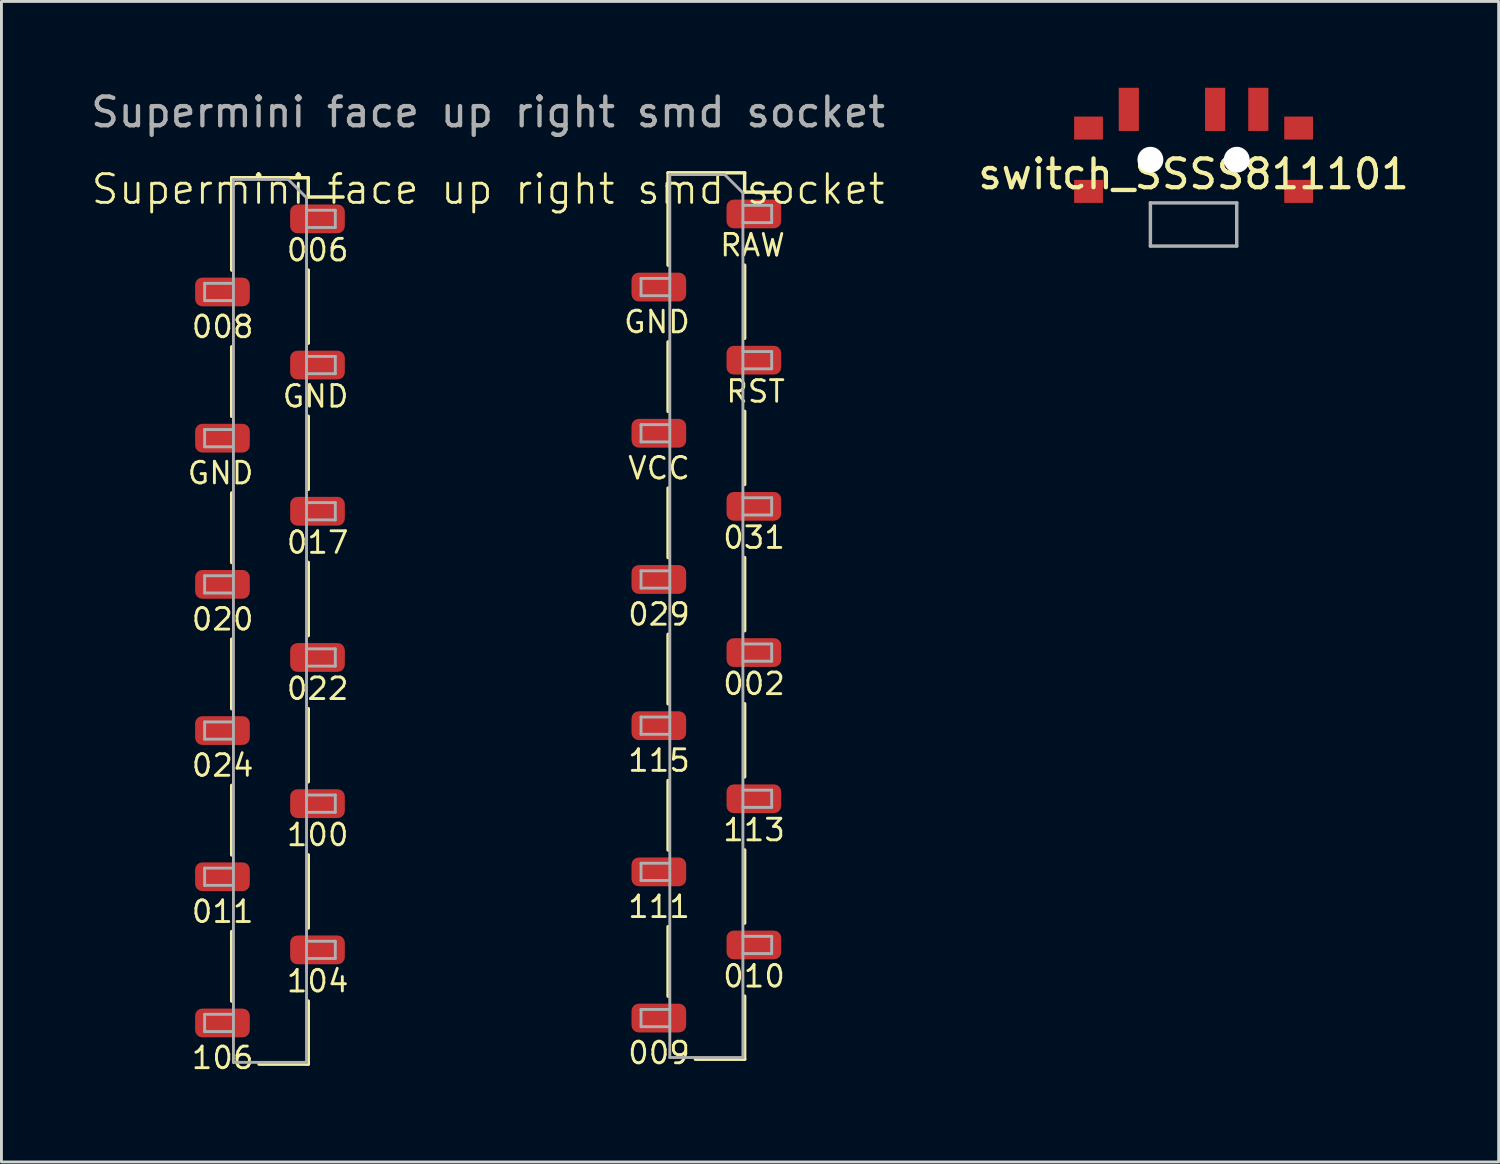
<source format=kicad_pcb>
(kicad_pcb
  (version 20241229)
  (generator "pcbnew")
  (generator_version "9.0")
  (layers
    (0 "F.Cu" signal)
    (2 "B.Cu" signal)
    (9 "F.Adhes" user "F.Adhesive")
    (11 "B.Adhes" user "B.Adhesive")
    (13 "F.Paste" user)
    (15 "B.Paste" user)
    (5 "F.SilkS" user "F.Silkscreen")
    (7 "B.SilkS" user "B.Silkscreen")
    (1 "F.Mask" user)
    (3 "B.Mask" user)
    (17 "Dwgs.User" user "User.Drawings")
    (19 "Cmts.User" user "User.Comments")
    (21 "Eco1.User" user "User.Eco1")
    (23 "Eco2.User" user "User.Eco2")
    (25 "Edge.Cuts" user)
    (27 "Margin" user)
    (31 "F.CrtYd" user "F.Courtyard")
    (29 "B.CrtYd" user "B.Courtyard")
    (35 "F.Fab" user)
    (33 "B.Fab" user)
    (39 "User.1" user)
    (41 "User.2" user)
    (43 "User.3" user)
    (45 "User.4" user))
  (footprint "switch_SSSS811101"
    (layer "F.Cu")
    (at 38.423 2.5)
    (property "Reference" "switch_SSSS811101" (at 0 0.5 0) (layer "F.SilkS") (effects (font (size 1 1) (thickness 0.15))))
    (attr through_hole)
    (fp_line (start -1.5 1.5) (end -1.5 3) (stroke (width 0.12) (type solid)) (layer "F.Fab"))
    (fp_line (start -1.5 3) (end 1.5 3) (stroke (width 0.12) (type solid)) (layer "F.Fab"))
    (fp_line (start 1.5 1.5) (end -1.5 1.5) (stroke (width 0.12) (type solid)) (layer "F.Fab"))
    (fp_line (start 1.5 3) (end 1.5 1.5) (stroke (width 0.12) (type solid)) (layer "F.Fab"))
    (pad "" np_thru_hole circle (at -1.5 0) (size 0.9 0.9) (drill 0.9) (layers "*.Cu" "*.Mask"))
    (pad "" np_thru_hole circle (at 1.5 0) (size 0.9 0.9) (drill 0.9) (layers "*.Cu" "*.Mask"))
    (pad "1" smd rect (at -2.25 -1.75) (size 0.7 1.5) (layers "F.Cu" "F.Mask" "F.Paste"))
    (pad "2" smd rect (at 0.75 -1.75) (size 0.7 1.5) (layers "F.Cu" "F.Mask" "F.Paste"))
    (pad "3" smd rect (at 2.25 -1.75) (size 0.7 1.5) (layers "F.Cu" "F.Mask" "F.Paste"))
    (pad "4" smd rect (at -3.65 1.1) (size 1 0.8) (layers "F.Cu" "F.Mask" "F.Paste"))
    (pad "5" smd rect (at -3.65 -1.1) (size 1 0.8) (layers "F.Cu" "F.Mask" "F.Paste"))
    (pad "6" smd rect (at 3.65 -1.1) (size 1 0.8) (layers "F.Cu" "F.Mask" "F.Paste"))
    (pad "7" smd rect (at 3.65 1.1) (size 1 0.8) (layers "F.Cu" "F.Mask" "F.Paste")))
  (footprint "Supermini face up right smd socket"
    (layer "F.Cu")
    (at 13.911 18.525)
    (property "Reference" "Supermini face up right smd socket" (at 0 -15 0) (unlocked yes) (layer "F.SilkS") (effects (font (size 1 1) (thickness 0.1))))
    (attr smd)
    (fp_line (start -8.91 -15.4) (end -8.91 -12.19) (stroke (width 0.12) (type solid)) (layer "F.SilkS"))
    (fp_line (start -8.91 -9.525) (end -8.91 -7.11) (stroke (width 0.12) (type solid)) (layer "F.SilkS"))
    (fp_line (start -8.91 -4.445) (end -8.91 -2.03) (stroke (width 0.12) (type solid)) (layer "F.SilkS"))
    (fp_line (start -8.91 0.635) (end -8.91 3.05) (stroke (width 0.12) (type solid)) (layer "F.SilkS"))
    (fp_line (start -8.91 5.715) (end -8.91 8.13) (stroke (width 0.12) (type solid)) (layer "F.SilkS"))
    (fp_line (start -8.91 10.795) (end -8.91 13.21) (stroke (width 0.12) (type solid)) (layer "F.SilkS"))
    (fp_line (start -6.25 -15.4) (end -8.91 -15.4) (stroke (width 0.12) (type solid)) (layer "F.SilkS"))
    (fp_line (start -6.25 -15.4) (end -6.25 -14.73) (stroke (width 0.12) (type solid)) (layer "F.SilkS"))
    (fp_line (start -6.25 -12.192) (end -6.25 -9.65) (stroke (width 0.12) (type solid)) (layer "F.SilkS"))
    (fp_line (start -6.25 -7.112) (end -6.25 -4.57) (stroke (width 0.12) (type solid)) (layer "F.SilkS"))
    (fp_line (start -6.25 -2.032) (end -6.25 0.51) (stroke (width 0.12) (type solid)) (layer "F.SilkS"))
    (fp_line (start -6.25 3.048) (end -6.25 5.59) (stroke (width 0.12) (type solid)) (layer "F.SilkS"))
    (fp_line (start -6.25 8.128) (end -6.25 10.67) (stroke (width 0.12) (type solid)) (layer "F.SilkS"))
    (fp_line (start -6.25 13.208) (end -6.25 15.4) (stroke (width 0.12) (type solid)) (layer "F.SilkS"))
    (fp_line (start -6.25 15.4) (end -7.961 15.4) (stroke (width 0.12) (type solid)) (layer "F.SilkS"))
    (fp_line (start -5.04 -14.73) (end -6.25 -14.73) (stroke (width 0.12) (type solid)) (layer "F.SilkS"))
    (fp_line (start 6.253 -15.57) (end 6.253 -12.36) (stroke (width 0.12) (type solid)) (layer "F.SilkS"))
    (fp_line (start 6.253 -9.695) (end 6.253 -7.28) (stroke (width 0.12) (type solid)) (layer "F.SilkS"))
    (fp_line (start 6.253 -4.615) (end 6.253 -2.2) (stroke (width 0.12) (type solid)) (layer "F.SilkS"))
    (fp_line (start 6.253 0.465) (end 6.253 2.88) (stroke (width 0.12) (type solid)) (layer "F.SilkS"))
    (fp_line (start 6.253 5.545) (end 6.253 7.96) (stroke (width 0.12) (type solid)) (layer "F.SilkS"))
    (fp_line (start 6.253 10.625) (end 6.253 13.04) (stroke (width 0.12) (type solid)) (layer "F.SilkS"))
    (fp_line (start 8.913 -15.57) (end 6.253 -15.57) (stroke (width 0.12) (type solid)) (layer "F.SilkS"))
    (fp_line (start 8.913 -15.57) (end 8.913 -14.9) (stroke (width 0.12) (type solid)) (layer "F.SilkS"))
    (fp_line (start 8.913 -12.362) (end 8.913 -9.82) (stroke (width 0.12) (type solid)) (layer "F.SilkS"))
    (fp_line (start 8.913 -7.282) (end 8.913 -4.74) (stroke (width 0.12) (type solid)) (layer "F.SilkS"))
    (fp_line (start 8.913 -2.202) (end 8.913 0.34) (stroke (width 0.12) (type solid)) (layer "F.SilkS"))
    (fp_line (start 8.913 2.878) (end 8.913 5.42) (stroke (width 0.12) (type solid)) (layer "F.SilkS"))
    (fp_line (start 8.913 7.958) (end 8.913 10.5) (stroke (width 0.12) (type solid)) (layer "F.SilkS"))
    (fp_line (start 8.913 13.038) (end 8.913 15.23) (stroke (width 0.12) (type solid)) (layer "F.SilkS"))
    (fp_line (start 8.913 15.23) (end 7.202 15.23) (stroke (width 0.12) (type solid)) (layer "F.SilkS"))
    (fp_line (start 10.123 -14.9) (end 8.913 -14.9) (stroke (width 0.12) (type solid)) (layer "F.SilkS"))
    (fp_line (start -9.85 -11.73) (end -9.85 -11.13) (stroke (width 0.1) (type solid)) (layer "F.Fab"))
    (fp_line (start -9.85 -11.13) (end -8.85 -11.13) (stroke (width 0.1) (type solid)) (layer "F.Fab"))
    (fp_line (start -9.85 -6.65) (end -9.85 -6.05) (stroke (width 0.1) (type solid)) (layer "F.Fab"))
    (fp_line (start -9.85 -6.05) (end -8.85 -6.05) (stroke (width 0.1) (type solid)) (layer "F.Fab"))
    (fp_line (start -9.85 -1.57) (end -9.85 -0.97) (stroke (width 0.1) (type solid)) (layer "F.Fab"))
    (fp_line (start -9.85 -0.97) (end -8.85 -0.97) (stroke (width 0.1) (type solid)) (layer "F.Fab"))
    (fp_line (start -9.85 3.51) (end -9.85 4.11) (stroke (width 0.1) (type solid)) (layer "F.Fab"))
    (fp_line (start -9.85 4.11) (end -8.85 4.11) (stroke (width 0.1) (type solid)) (layer "F.Fab"))
    (fp_line (start -9.85 8.59) (end -9.85 9.19) (stroke (width 0.1) (type solid)) (layer "F.Fab"))
    (fp_line (start -9.85 9.19) (end -8.85 9.19) (stroke (width 0.1) (type solid)) (layer "F.Fab"))
    (fp_line (start -9.85 13.67) (end -9.85 14.27) (stroke (width 0.1) (type solid)) (layer "F.Fab"))
    (fp_line (start -9.85 14.27) (end -8.85 14.27) (stroke (width 0.1) (type solid)) (layer "F.Fab"))
    (fp_line (start -8.85 -15.34) (end -8.85 15.34) (stroke (width 0.1) (type solid)) (layer "F.Fab"))
    (fp_line (start -8.85 -11.73) (end -9.85 -11.73) (stroke (width 0.1) (type solid)) (layer "F.Fab"))
    (fp_line (start -8.85 -6.65) (end -9.85 -6.65) (stroke (width 0.1) (type solid)) (layer "F.Fab"))
    (fp_line (start -8.85 -1.57) (end -9.85 -1.57) (stroke (width 0.1) (type solid)) (layer "F.Fab"))
    (fp_line (start -8.85 3.51) (end -9.85 3.51) (stroke (width 0.1) (type solid)) (layer "F.Fab"))
    (fp_line (start -8.85 8.59) (end -9.85 8.59) (stroke (width 0.1) (type solid)) (layer "F.Fab"))
    (fp_line (start -8.85 13.67) (end -9.85 13.67) (stroke (width 0.1) (type solid)) (layer "F.Fab"))
    (fp_line (start -8.85 15.34) (end -6.31 15.34) (stroke (width 0.1) (type solid)) (layer "F.Fab"))
    (fp_line (start -6.945 -15.34) (end -8.85 -15.34) (stroke (width 0.1) (type solid)) (layer "F.Fab"))
    (fp_line (start -6.31 -14.705) (end -6.945 -15.34) (stroke (width 0.1) (type solid)) (layer "F.Fab"))
    (fp_line (start -6.31 -13.67) (end -5.31 -13.67) (stroke (width 0.1) (type solid)) (layer "F.Fab"))
    (fp_line (start -6.31 -8.59) (end -5.31 -8.59) (stroke (width 0.1) (type solid)) (layer "F.Fab"))
    (fp_line (start -6.31 -3.51) (end -5.31 -3.51) (stroke (width 0.1) (type solid)) (layer "F.Fab"))
    (fp_line (start -6.31 1.57) (end -5.31 1.57) (stroke (width 0.1) (type solid)) (layer "F.Fab"))
    (fp_line (start -6.31 6.65) (end -5.31 6.65) (stroke (width 0.1) (type solid)) (layer "F.Fab"))
    (fp_line (start -6.31 11.73) (end -5.31 11.73) (stroke (width 0.1) (type solid)) (layer "F.Fab"))
    (fp_line (start -6.31 15.34) (end -6.31 -14.705) (stroke (width 0.1) (type solid)) (layer "F.Fab"))
    (fp_line (start -5.31 -14.27) (end -6.31 -14.27) (stroke (width 0.1) (type solid)) (layer "F.Fab"))
    (fp_line (start -5.31 -13.67) (end -5.31 -14.27) (stroke (width 0.1) (type solid)) (layer "F.Fab"))
    (fp_line (start -5.31 -9.19) (end -6.31 -9.19) (stroke (width 0.1) (type solid)) (layer "F.Fab"))
    (fp_line (start -5.31 -8.59) (end -5.31 -9.19) (stroke (width 0.1) (type solid)) (layer "F.Fab"))
    (fp_line (start -5.31 -4.11) (end -6.31 -4.11) (stroke (width 0.1) (type solid)) (layer "F.Fab"))
    (fp_line (start -5.31 -3.51) (end -5.31 -4.11) (stroke (width 0.1) (type solid)) (layer "F.Fab"))
    (fp_line (start -5.31 0.97) (end -6.31 0.97) (stroke (width 0.1) (type solid)) (layer "F.Fab"))
    (fp_line (start -5.31 1.57) (end -5.31 0.97) (stroke (width 0.1) (type solid)) (layer "F.Fab"))
    (fp_line (start -5.31 6.05) (end -6.31 6.05) (stroke (width 0.1) (type solid)) (layer "F.Fab"))
    (fp_line (start -5.31 6.65) (end -5.31 6.05) (stroke (width 0.1) (type solid)) (layer "F.Fab"))
    (fp_line (start -5.31 11.13) (end -6.31 11.13) (stroke (width 0.1) (type solid)) (layer "F.Fab"))
    (fp_line (start -5.31 11.73) (end -5.31 11.13) (stroke (width 0.1) (type solid)) (layer "F.Fab"))
    (fp_line (start 5.313 -11.9) (end 5.313 -11.3) (stroke (width 0.1) (type solid)) (layer "F.Fab"))
    (fp_line (start 5.313 -11.3) (end 6.313 -11.3) (stroke (width 0.1) (type solid)) (layer "F.Fab"))
    (fp_line (start 5.313 -6.82) (end 5.313 -6.22) (stroke (width 0.1) (type solid)) (layer "F.Fab"))
    (fp_line (start 5.313 -6.22) (end 6.313 -6.22) (stroke (width 0.1) (type solid)) (layer "F.Fab"))
    (fp_line (start 5.313 -1.74) (end 5.313 -1.14) (stroke (width 0.1) (type solid)) (layer "F.Fab"))
    (fp_line (start 5.313 -1.14) (end 6.313 -1.14) (stroke (width 0.1) (type solid)) (layer "F.Fab"))
    (fp_line (start 5.313 3.34) (end 5.313 3.94) (stroke (width 0.1) (type solid)) (layer "F.Fab"))
    (fp_line (start 5.313 3.94) (end 6.313 3.94) (stroke (width 0.1) (type solid)) (layer "F.Fab"))
    (fp_line (start 5.313 8.42) (end 5.313 9.02) (stroke (width 0.1) (type solid)) (layer "F.Fab"))
    (fp_line (start 5.313 9.02) (end 6.313 9.02) (stroke (width 0.1) (type solid)) (layer "F.Fab"))
    (fp_line (start 5.313 13.5) (end 5.313 14.1) (stroke (width 0.1) (type solid)) (layer "F.Fab"))
    (fp_line (start 5.313 14.1) (end 6.313 14.1) (stroke (width 0.1) (type solid)) (layer "F.Fab"))
    (fp_line (start 6.313 -15.51) (end 6.313 15.17) (stroke (width 0.1) (type solid)) (layer "F.Fab"))
    (fp_line (start 6.313 -11.9) (end 5.313 -11.9) (stroke (width 0.1) (type solid)) (layer "F.Fab"))
    (fp_line (start 6.313 -6.82) (end 5.313 -6.82) (stroke (width 0.1) (type solid)) (layer "F.Fab"))
    (fp_line (start 6.313 -1.74) (end 5.313 -1.74) (stroke (width 0.1) (type solid)) (layer "F.Fab"))
    (fp_line (start 6.313 3.34) (end 5.313 3.34) (stroke (width 0.1) (type solid)) (layer "F.Fab"))
    (fp_line (start 6.313 8.42) (end 5.313 8.42) (stroke (width 0.1) (type solid)) (layer "F.Fab"))
    (fp_line (start 6.313 13.5) (end 5.313 13.5) (stroke (width 0.1) (type solid)) (layer "F.Fab"))
    (fp_line (start 6.313 15.17) (end 8.853 15.17) (stroke (width 0.1) (type solid)) (layer "F.Fab"))
    (fp_line (start 8.218 -15.51) (end 6.313 -15.51) (stroke (width 0.1) (type solid)) (layer "F.Fab"))
    (fp_line (start 8.853 -14.875) (end 8.218 -15.51) (stroke (width 0.1) (type solid)) (layer "F.Fab"))
    (fp_line (start 8.853 -13.84) (end 9.853 -13.84) (stroke (width 0.1) (type solid)) (layer "F.Fab"))
    (fp_line (start 8.853 -8.76) (end 9.853 -8.76) (stroke (width 0.1) (type solid)) (layer "F.Fab"))
    (fp_line (start 8.853 -3.68) (end 9.853 -3.68) (stroke (width 0.1) (type solid)) (layer "F.Fab"))
    (fp_line (start 8.853 1.4) (end 9.853 1.4) (stroke (width 0.1) (type solid)) (layer "F.Fab"))
    (fp_line (start 8.853 6.48) (end 9.853 6.48) (stroke (width 0.1) (type solid)) (layer "F.Fab"))
    (fp_line (start 8.853 11.56) (end 9.853 11.56) (stroke (width 0.1) (type solid)) (layer "F.Fab"))
    (fp_line (start 8.853 15.17) (end 8.853 -14.875) (stroke (width 0.1) (type solid)) (layer "F.Fab"))
    (fp_line (start 9.853 -14.44) (end 8.853 -14.44) (stroke (width 0.1) (type solid)) (layer "F.Fab"))
    (fp_line (start 9.853 -13.84) (end 9.853 -14.44) (stroke (width 0.1) (type solid)) (layer "F.Fab"))
    (fp_line (start 9.853 -9.36) (end 8.853 -9.36) (stroke (width 0.1) (type solid)) (layer "F.Fab"))
    (fp_line (start 9.853 -8.76) (end 9.853 -9.36) (stroke (width 0.1) (type solid)) (layer "F.Fab"))
    (fp_line (start 9.853 -4.28) (end 8.853 -4.28) (stroke (width 0.1) (type solid)) (layer "F.Fab"))
    (fp_line (start 9.853 -3.68) (end 9.853 -4.28) (stroke (width 0.1) (type solid)) (layer "F.Fab"))
    (fp_line (start 9.853 0.8) (end 8.853 0.8) (stroke (width 0.1) (type solid)) (layer "F.Fab"))
    (fp_line (start 9.853 1.4) (end 9.853 0.8) (stroke (width 0.1) (type solid)) (layer "F.Fab"))
    (fp_line (start 9.853 5.88) (end 8.853 5.88) (stroke (width 0.1) (type solid)) (layer "F.Fab"))
    (fp_line (start 9.853 6.48) (end 9.853 5.88) (stroke (width 0.1) (type solid)) (layer "F.Fab"))
    (fp_line (start 9.853 10.96) (end 8.853 10.96) (stroke (width 0.1) (type solid)) (layer "F.Fab"))
    (fp_line (start 9.853 11.56) (end 9.853 10.96) (stroke (width 0.1) (type solid)) (layer "F.Fab"))
    (fp_text user "GND" (at -4.786 -7.366 0) (unlocked yes) (layer "F.SilkS") (effects (font (size 0.75 0.75) (thickness 0.1)) (justify right bottom)))
    (fp_text user "010" (at 10.377 12.784 0) (unlocked yes) (layer "F.SilkS") (effects (font (size 0.75 0.75) (thickness 0.1)) (justify right bottom)))
    (fp_text user "024" (at -8.088 5.461 0) (unlocked yes) (layer "F.SilkS") (effects (font (size 0.75 0.75) (thickness 0.1)) (justify right bottom)))
    (fp_text user "RAW" (at 10.377 -12.616 0) (unlocked yes) (layer "F.SilkS") (effects (font (size 0.75 0.75) (thickness 0.1)) (justify right bottom)))
    (fp_text user "111" (at 7.075 10.371 0) (unlocked yes) (layer "F.SilkS") (effects (font (size 0.75 0.75) (thickness 0.1)) (justify right bottom)))
    (fp_text user "GND" (at 7.075 -9.949 0) (unlocked yes) (layer "F.SilkS") (effects (font (size 0.75 0.75) (thickness 0.1)) (justify right bottom)))
    (fp_text user "002" (at 10.377 2.624 0) (unlocked yes) (layer "F.SilkS") (effects (font (size 0.75 0.75) (thickness 0.1)) (justify right bottom)))
    (fp_text user "VCC" (at 7.075 -4.869 0) (unlocked yes) (layer "F.SilkS") (effects (font (size 0.75 0.75) (thickness 0.1)) (justify right bottom)))
    (fp_text user "104" (at -4.786 12.954 0) (unlocked yes) (layer "F.SilkS") (effects (font (size 0.75 0.75) (thickness 0.1)) (justify right bottom)))
    (fp_text user "106" (at -8.088 15.621 0) (unlocked yes) (layer "F.SilkS") (effects (font (size 0.75 0.75) (thickness 0.1)) (justify right bottom)))
    (fp_text user "017" (at -4.786 -2.286 0) (unlocked yes) (layer "F.SilkS") (effects (font (size 0.75 0.75) (thickness 0.1)) (justify right bottom)))
    (fp_text user "009" (at 7.075 15.451 0) (unlocked yes) (layer "F.SilkS") (effects (font (size 0.75 0.75) (thickness 0.1)) (justify right bottom)))
    (fp_text user "011" (at -8.088 10.541 0) (unlocked yes) (layer "F.SilkS") (effects (font (size 0.75 0.75) (thickness 0.1)) (justify right bottom)))
    (fp_text user "RST" (at 10.377 -7.536 0) (unlocked yes) (layer "F.SilkS") (effects (font (size 0.75 0.75) (thickness 0.1)) (justify right bottom)))
    (fp_text user "022" (at -4.786 2.794 0) (unlocked yes) (layer "F.SilkS") (effects (font (size 0.75 0.75) (thickness 0.1)) (justify right bottom)))
    (fp_text user "006" (at -4.786 -12.446 0) (unlocked yes) (layer "F.SilkS") (effects (font (size 0.75 0.75) (thickness 0.1)) (justify right bottom)))
    (fp_text user "029" (at 7.075 0.211 0) (unlocked yes) (layer "F.SilkS") (effects (font (size 0.75 0.75) (thickness 0.1)) (justify right bottom)))
    (fp_text user "008" (at -8.088 -9.779 0) (unlocked yes) (layer "F.SilkS") (effects (font (size 0.75 0.75) (thickness 0.1)) (justify right bottom)))
    (fp_text user "115" (at 7.075 5.291 0) (unlocked yes) (layer "F.SilkS") (effects (font (size 0.75 0.75) (thickness 0.1)) (justify right bottom)))
    (fp_text user "GND" (at -8.088 -4.699 0) (unlocked yes) (layer "F.SilkS") (effects (font (size 0.75 0.75) (thickness 0.1)) (justify right bottom)))
    (fp_text user "031" (at 10.377 -2.456 0) (unlocked yes) (layer "F.SilkS") (effects (font (size 0.75 0.75) (thickness 0.1)) (justify right bottom)))
    (fp_text user "100" (at -4.786 7.874 0) (unlocked yes) (layer "F.SilkS") (effects (font (size 0.75 0.75) (thickness 0.1)) (justify right bottom)))
    (fp_text user "020" (at -8.088 0.381 0) (unlocked yes) (layer "F.SilkS") (effects (font (size 0.75 0.75) (thickness 0.1)) (justify right bottom)))
    (fp_text user "113" (at 10.377 7.704 0) (unlocked yes) (layer "F.SilkS") (effects (font (size 0.75 0.75) (thickness 0.1)) (justify right bottom)))
    (fp_text user "${REFERENCE}" (at 0 -17.677 0) (unlocked yes) (layer "F.Fab") (effects (font (size 1 1) (thickness 0.15))))
    (pad "1" smd roundrect (at -5.93 -13.97) (size 1.9 1) (layers "F.Cu" "F.Mask" "F.Paste") (roundrect_rratio 0.25))
    (pad "2" smd roundrect (at -9.231 -11.43) (size 1.9 1) (layers "F.Cu" "F.Mask" "F.Paste") (roundrect_rratio 0.25))
    (pad "3" smd roundrect (at -5.929 -8.89) (size 1.9 1) (layers "F.Cu" "F.Mask" "F.Paste") (roundrect_rratio 0.25))
    (pad "4" smd roundrect (at -9.231 -6.35) (size 1.9 1) (layers "F.Cu" "F.Mask" "F.Paste") (roundrect_rratio 0.25))
    (pad "5" smd roundrect (at -5.929 -3.81) (size 1.9 1) (layers "F.Cu" "F.Mask" "F.Paste") (roundrect_rratio 0.25))
    (pad "6" smd roundrect (at -9.231 -1.27) (size 1.9 1) (layers "F.Cu" "F.Mask" "F.Paste") (roundrect_rratio 0.25))
    (pad "7" smd roundrect (at -5.929 1.27) (size 1.9 1) (layers "F.Cu" "F.Mask" "F.Paste") (roundrect_rratio 0.25))
    (pad "8" smd roundrect (at -9.231 3.81) (size 1.9 1) (layers "F.Cu" "F.Mask" "F.Paste") (roundrect_rratio 0.25))
    (pad "9" smd roundrect (at -5.929 6.35) (size 1.9 1) (layers "F.Cu" "F.Mask" "F.Paste") (roundrect_rratio 0.25))
    (pad "10" smd roundrect (at -9.231 8.89) (size 1.9 1) (layers "F.Cu" "F.Mask" "F.Paste") (roundrect_rratio 0.25))
    (pad "11" smd roundrect (at -5.929 11.43) (size 1.9 1) (layers "F.Cu" "F.Mask" "F.Paste") (roundrect_rratio 0.25))
    (pad "12" smd roundrect (at -9.231 13.97) (size 1.9 1) (layers "F.Cu" "F.Mask" "F.Paste") (roundrect_rratio 0.25))
    (pad "13" smd roundrect (at 5.932 13.8) (size 1.9 1) (layers "F.Cu" "F.Mask" "F.Paste") (roundrect_rratio 0.25))
    (pad "14" smd roundrect (at 9.234 11.26) (size 1.9 1) (layers "F.Cu" "F.Mask" "F.Paste") (roundrect_rratio 0.25))
    (pad "15" smd roundrect (at 5.932 8.72) (size 1.9 1) (layers "F.Cu" "F.Mask" "F.Paste") (roundrect_rratio 0.25))
    (pad "16" smd roundrect (at 9.234 6.18) (size 1.9 1) (layers "F.Cu" "F.Mask" "F.Paste") (roundrect_rratio 0.25))
    (pad "17" smd roundrect (at 5.932 3.64) (size 1.9 1) (layers "F.Cu" "F.Mask" "F.Paste") (roundrect_rratio 0.25))
    (pad "18" smd roundrect (at 9.234 1.1) (size 1.9 1) (layers "F.Cu" "F.Mask" "F.Paste") (roundrect_rratio 0.25))
    (pad "19" smd roundrect (at 5.932 -1.44) (size 1.9 1) (layers "F.Cu" "F.Mask" "F.Paste") (roundrect_rratio 0.25))
    (pad "20" smd roundrect (at 9.234 -3.98) (size 1.9 1) (layers "F.Cu" "F.Mask" "F.Paste") (roundrect_rratio 0.25))
    (pad "21" smd roundrect (at 5.932 -6.52) (size 1.9 1) (layers "F.Cu" "F.Mask" "F.Paste") (roundrect_rratio 0.25))
    (pad "22" smd roundrect (at 9.234 -9.06) (size 1.9 1) (layers "F.Cu" "F.Mask" "F.Paste") (roundrect_rratio 0.25))
    (pad "23" smd roundrect (at 5.932 -11.6) (size 1.9 1) (layers "F.Cu" "F.Mask" "F.Paste") (roundrect_rratio 0.25))
    (pad "24" smd roundrect (at 9.233 -14.14) (size 1.9 1) (layers "F.Cu" "F.Mask" "F.Paste") (roundrect_rratio 0.25)))
  (gr_rect
    (start -3 -3)
    (end 49.024 37.325)
    (stroke (width 0.1) (type default))
    (fill no)
    (layer "Edge.Cuts")))
</source>
